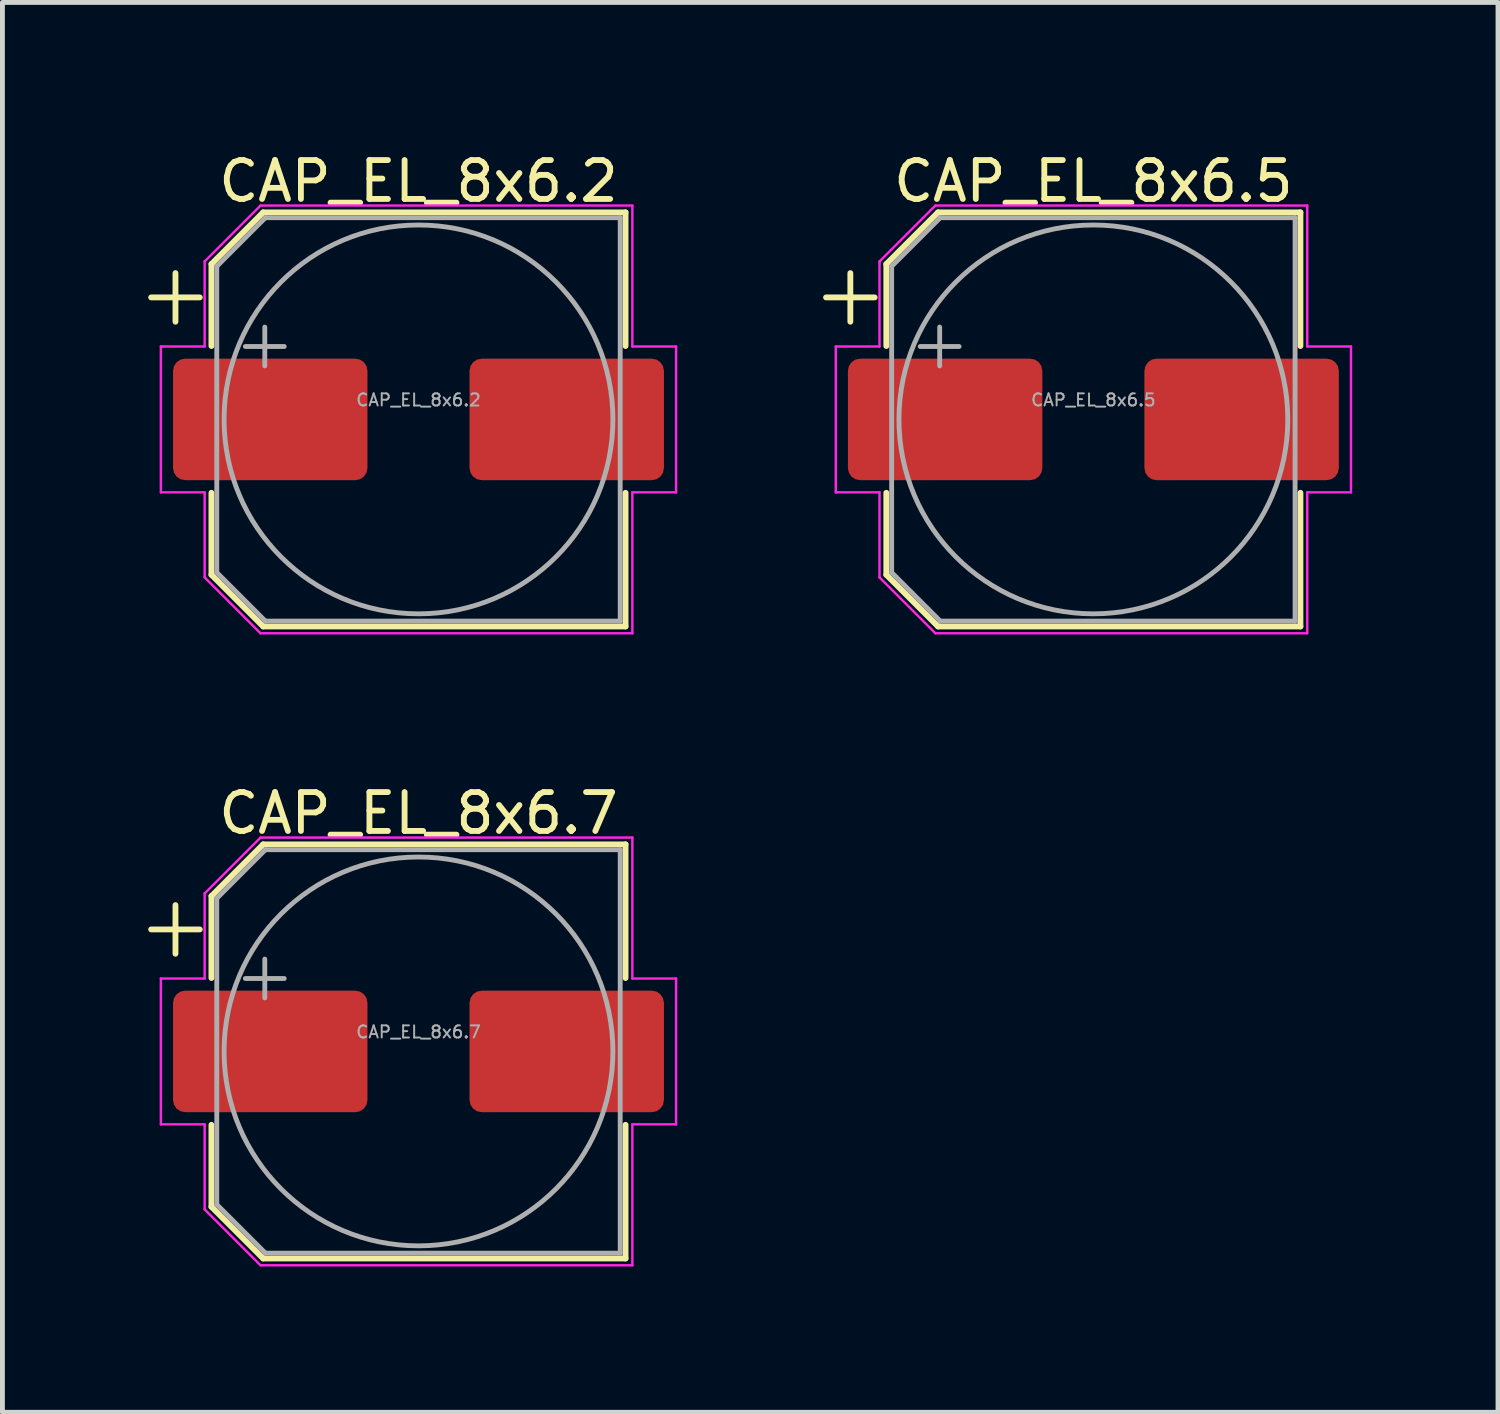
<source format=kicad_pcb>
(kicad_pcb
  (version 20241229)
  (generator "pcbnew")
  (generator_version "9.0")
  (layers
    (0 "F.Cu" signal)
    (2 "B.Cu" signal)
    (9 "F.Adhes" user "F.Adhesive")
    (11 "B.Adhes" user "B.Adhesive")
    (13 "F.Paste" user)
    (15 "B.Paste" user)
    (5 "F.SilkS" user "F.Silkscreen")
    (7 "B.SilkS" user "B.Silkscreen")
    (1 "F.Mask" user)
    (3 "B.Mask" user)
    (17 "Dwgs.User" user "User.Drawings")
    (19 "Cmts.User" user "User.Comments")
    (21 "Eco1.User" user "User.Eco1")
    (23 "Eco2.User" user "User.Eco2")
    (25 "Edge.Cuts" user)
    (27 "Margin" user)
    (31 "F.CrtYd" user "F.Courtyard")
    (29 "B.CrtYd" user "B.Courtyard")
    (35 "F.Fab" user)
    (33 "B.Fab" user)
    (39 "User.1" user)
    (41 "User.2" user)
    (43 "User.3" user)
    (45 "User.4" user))
  (footprint "CAP_EL_8x6.7"
    (layer "F.Cu")
    (at 5.56 18.582)
    (property "Reference" "CAP_EL_8x6.7" (at 0 -4.9 0) (layer "F.SilkS") (effects (font (size 0.8 0.8) (thickness 0.12))))
    (attr smd)
    (fp_line (start -5.5 -2.51) (end -4.5 -2.51) (stroke (width 0.12) (type solid)) (layer "F.SilkS"))
    (fp_line (start -5 -3.01) (end -5 -2.01) (stroke (width 0.12) (type solid)) (layer "F.SilkS"))
    (fp_line (start -4.26 -3.196) (end -4.26 -1.51) (stroke (width 0.12) (type solid)) (layer "F.SilkS"))
    (fp_line (start -4.26 -3.196) (end -3.196 -4.26) (stroke (width 0.12) (type solid)) (layer "F.SilkS"))
    (fp_line (start -4.26 3.196) (end -4.26 1.51) (stroke (width 0.12) (type solid)) (layer "F.SilkS"))
    (fp_line (start -4.26 3.196) (end -3.196 4.26) (stroke (width 0.12) (type solid)) (layer "F.SilkS"))
    (fp_line (start -3.196 -4.26) (end 4.26 -4.26) (stroke (width 0.12) (type solid)) (layer "F.SilkS"))
    (fp_line (start -3.196 4.26) (end 4.26 4.26) (stroke (width 0.12) (type solid)) (layer "F.SilkS"))
    (fp_line (start 4.26 -4.26) (end 4.26 -1.51) (stroke (width 0.12) (type solid)) (layer "F.SilkS"))
    (fp_line (start 4.26 4.26) (end 4.26 1.51) (stroke (width 0.12) (type solid)) (layer "F.SilkS"))
    (fp_line (start -5.3 -1.5) (end -5.3 1.5) (stroke (width 0.05) (type solid)) (layer "F.CrtYd"))
    (fp_line (start -5.3 1.5) (end -4.4 1.5) (stroke (width 0.05) (type solid)) (layer "F.CrtYd"))
    (fp_line (start -4.4 -3.25) (end -4.4 -1.5) (stroke (width 0.05) (type solid)) (layer "F.CrtYd"))
    (fp_line (start -4.4 -3.25) (end -3.25 -4.4) (stroke (width 0.05) (type solid)) (layer "F.CrtYd"))
    (fp_line (start -4.4 -1.5) (end -5.3 -1.5) (stroke (width 0.05) (type solid)) (layer "F.CrtYd"))
    (fp_line (start -4.4 1.5) (end -4.4 3.25) (stroke (width 0.05) (type solid)) (layer "F.CrtYd"))
    (fp_line (start -4.4 3.25) (end -3.25 4.4) (stroke (width 0.05) (type solid)) (layer "F.CrtYd"))
    (fp_line (start -3.25 -4.4) (end 4.4 -4.4) (stroke (width 0.05) (type solid)) (layer "F.CrtYd"))
    (fp_line (start -3.25 4.4) (end 4.4 4.4) (stroke (width 0.05) (type solid)) (layer "F.CrtYd"))
    (fp_line (start 4.4 -4.4) (end 4.4 -1.5) (stroke (width 0.05) (type solid)) (layer "F.CrtYd"))
    (fp_line (start 4.4 -1.5) (end 5.3 -1.5) (stroke (width 0.05) (type solid)) (layer "F.CrtYd"))
    (fp_line (start 4.4 1.5) (end 4.4 4.4) (stroke (width 0.05) (type solid)) (layer "F.CrtYd"))
    (fp_line (start 5.3 -1.5) (end 5.3 1.5) (stroke (width 0.05) (type solid)) (layer "F.CrtYd"))
    (fp_line (start 5.3 1.5) (end 4.4 1.5) (stroke (width 0.05) (type solid)) (layer "F.CrtYd"))
    (fp_line (start -4.15 -3.15) (end -4.15 3.15) (stroke (width 0.1) (type solid)) (layer "F.Fab"))
    (fp_line (start -4.15 -3.15) (end -3.15 -4.15) (stroke (width 0.1) (type solid)) (layer "F.Fab"))
    (fp_line (start -4.15 3.15) (end -3.15 4.15) (stroke (width 0.1) (type solid)) (layer "F.Fab"))
    (fp_line (start -3.562 -1.5) (end -2.762 -1.5) (stroke (width 0.1) (type solid)) (layer "F.Fab"))
    (fp_line (start -3.162 -1.9) (end -3.162 -1.1) (stroke (width 0.1) (type solid)) (layer "F.Fab"))
    (fp_line (start -3.15 -4.15) (end 4.15 -4.15) (stroke (width 0.1) (type solid)) (layer "F.Fab"))
    (fp_line (start -3.15 4.15) (end 4.15 4.15) (stroke (width 0.1) (type solid)) (layer "F.Fab"))
    (fp_line (start 4.15 -4.15) (end 4.15 4.15) (stroke (width 0.1) (type solid)) (layer "F.Fab"))
    (fp_circle (center 0 0) (end 4 0) (stroke (width 0.1) (type solid)) (fill no) (layer "F.Fab"))
    (fp_text user "${REFERENCE}" (at 0 -0.4 0) (layer "F.Fab") (effects (font (size 0.25 0.25) (thickness 0.04))))
    (pad "1" smd roundrect (at -3.05 0) (size 4 2.5) (layers "F.Cu" "F.Mask" "F.Paste") (roundrect_rratio 0.1))
    (pad "2" smd roundrect (at 3.05 0) (size 4 2.5) (layers "F.Cu" "F.Mask" "F.Paste") (roundrect_rratio 0.1)))
  (footprint "CAP_EL_8x6.2"
    (layer "F.Cu")
    (at 5.56 5.579)
    (property "Reference" "CAP_EL_8x6.2" (at 0 -4.9 0) (layer "F.SilkS") (effects (font (size 0.8 0.8) (thickness 0.12))))
    (attr smd)
    (fp_line (start -5.5 -2.51) (end -4.5 -2.51) (stroke (width 0.12) (type solid)) (layer "F.SilkS"))
    (fp_line (start -5 -3.01) (end -5 -2.01) (stroke (width 0.12) (type solid)) (layer "F.SilkS"))
    (fp_line (start -4.26 -3.196) (end -4.26 -1.51) (stroke (width 0.12) (type solid)) (layer "F.SilkS"))
    (fp_line (start -4.26 -3.196) (end -3.196 -4.26) (stroke (width 0.12) (type solid)) (layer "F.SilkS"))
    (fp_line (start -4.26 3.196) (end -4.26 1.51) (stroke (width 0.12) (type solid)) (layer "F.SilkS"))
    (fp_line (start -4.26 3.196) (end -3.196 4.26) (stroke (width 0.12) (type solid)) (layer "F.SilkS"))
    (fp_line (start -3.196 -4.26) (end 4.26 -4.26) (stroke (width 0.12) (type solid)) (layer "F.SilkS"))
    (fp_line (start -3.196 4.26) (end 4.26 4.26) (stroke (width 0.12) (type solid)) (layer "F.SilkS"))
    (fp_line (start 4.26 -4.26) (end 4.26 -1.51) (stroke (width 0.12) (type solid)) (layer "F.SilkS"))
    (fp_line (start 4.26 4.26) (end 4.26 1.51) (stroke (width 0.12) (type solid)) (layer "F.SilkS"))
    (fp_line (start -5.3 -1.5) (end -5.3 1.5) (stroke (width 0.05) (type solid)) (layer "F.CrtYd"))
    (fp_line (start -5.3 1.5) (end -4.4 1.5) (stroke (width 0.05) (type solid)) (layer "F.CrtYd"))
    (fp_line (start -4.4 -3.25) (end -4.4 -1.5) (stroke (width 0.05) (type solid)) (layer "F.CrtYd"))
    (fp_line (start -4.4 -3.25) (end -3.25 -4.4) (stroke (width 0.05) (type solid)) (layer "F.CrtYd"))
    (fp_line (start -4.4 -1.5) (end -5.3 -1.5) (stroke (width 0.05) (type solid)) (layer "F.CrtYd"))
    (fp_line (start -4.4 1.5) (end -4.4 3.25) (stroke (width 0.05) (type solid)) (layer "F.CrtYd"))
    (fp_line (start -4.4 3.25) (end -3.25 4.4) (stroke (width 0.05) (type solid)) (layer "F.CrtYd"))
    (fp_line (start -3.25 -4.4) (end 4.4 -4.4) (stroke (width 0.05) (type solid)) (layer "F.CrtYd"))
    (fp_line (start -3.25 4.4) (end 4.4 4.4) (stroke (width 0.05) (type solid)) (layer "F.CrtYd"))
    (fp_line (start 4.4 -4.4) (end 4.4 -1.5) (stroke (width 0.05) (type solid)) (layer "F.CrtYd"))
    (fp_line (start 4.4 -1.5) (end 5.3 -1.5) (stroke (width 0.05) (type solid)) (layer "F.CrtYd"))
    (fp_line (start 4.4 1.5) (end 4.4 4.4) (stroke (width 0.05) (type solid)) (layer "F.CrtYd"))
    (fp_line (start 5.3 -1.5) (end 5.3 1.5) (stroke (width 0.05) (type solid)) (layer "F.CrtYd"))
    (fp_line (start 5.3 1.5) (end 4.4 1.5) (stroke (width 0.05) (type solid)) (layer "F.CrtYd"))
    (fp_line (start -4.15 -3.15) (end -4.15 3.15) (stroke (width 0.1) (type solid)) (layer "F.Fab"))
    (fp_line (start -4.15 -3.15) (end -3.15 -4.15) (stroke (width 0.1) (type solid)) (layer "F.Fab"))
    (fp_line (start -4.15 3.15) (end -3.15 4.15) (stroke (width 0.1) (type solid)) (layer "F.Fab"))
    (fp_line (start -3.562 -1.5) (end -2.762 -1.5) (stroke (width 0.1) (type solid)) (layer "F.Fab"))
    (fp_line (start -3.162 -1.9) (end -3.162 -1.1) (stroke (width 0.1) (type solid)) (layer "F.Fab"))
    (fp_line (start -3.15 -4.15) (end 4.15 -4.15) (stroke (width 0.1) (type solid)) (layer "F.Fab"))
    (fp_line (start -3.15 4.15) (end 4.15 4.15) (stroke (width 0.1) (type solid)) (layer "F.Fab"))
    (fp_line (start 4.15 -4.15) (end 4.15 4.15) (stroke (width 0.1) (type solid)) (layer "F.Fab"))
    (fp_circle (center 0 0) (end 4 0) (stroke (width 0.1) (type solid)) (fill no) (layer "F.Fab"))
    (fp_text user "${REFERENCE}" (at 0 -0.4 0) (layer "F.Fab") (effects (font (size 0.25 0.25) (thickness 0.04))))
    (pad "1" smd roundrect (at -3.05 0) (size 4 2.5) (layers "F.Cu" "F.Mask" "F.Paste") (roundrect_rratio 0.1))
    (pad "2" smd roundrect (at 3.05 0) (size 4 2.5) (layers "F.Cu" "F.Mask" "F.Paste") (roundrect_rratio 0.1)))
  (footprint "CAP_EL_8x6.5"
    (layer "F.Cu")
    (at 19.445 5.579)
    (property "Reference" "CAP_EL_8x6.5" (at 0 -4.9 0) (layer "F.SilkS") (effects (font (size 0.8 0.8) (thickness 0.12))))
    (attr smd)
    (fp_line (start -5.5 -2.51) (end -4.5 -2.51) (stroke (width 0.12) (type solid)) (layer "F.SilkS"))
    (fp_line (start -5 -3.01) (end -5 -2.01) (stroke (width 0.12) (type solid)) (layer "F.SilkS"))
    (fp_line (start -4.26 -3.196) (end -4.26 -1.51) (stroke (width 0.12) (type solid)) (layer "F.SilkS"))
    (fp_line (start -4.26 -3.196) (end -3.196 -4.26) (stroke (width 0.12) (type solid)) (layer "F.SilkS"))
    (fp_line (start -4.26 3.196) (end -4.26 1.51) (stroke (width 0.12) (type solid)) (layer "F.SilkS"))
    (fp_line (start -4.26 3.196) (end -3.196 4.26) (stroke (width 0.12) (type solid)) (layer "F.SilkS"))
    (fp_line (start -3.196 -4.26) (end 4.26 -4.26) (stroke (width 0.12) (type solid)) (layer "F.SilkS"))
    (fp_line (start -3.196 4.26) (end 4.26 4.26) (stroke (width 0.12) (type solid)) (layer "F.SilkS"))
    (fp_line (start 4.26 -4.26) (end 4.26 -1.51) (stroke (width 0.12) (type solid)) (layer "F.SilkS"))
    (fp_line (start 4.26 4.26) (end 4.26 1.51) (stroke (width 0.12) (type solid)) (layer "F.SilkS"))
    (fp_line (start -5.3 -1.5) (end -5.3 1.5) (stroke (width 0.05) (type solid)) (layer "F.CrtYd"))
    (fp_line (start -5.3 1.5) (end -4.4 1.5) (stroke (width 0.05) (type solid)) (layer "F.CrtYd"))
    (fp_line (start -4.4 -3.25) (end -4.4 -1.5) (stroke (width 0.05) (type solid)) (layer "F.CrtYd"))
    (fp_line (start -4.4 -3.25) (end -3.25 -4.4) (stroke (width 0.05) (type solid)) (layer "F.CrtYd"))
    (fp_line (start -4.4 -1.5) (end -5.3 -1.5) (stroke (width 0.05) (type solid)) (layer "F.CrtYd"))
    (fp_line (start -4.4 1.5) (end -4.4 3.25) (stroke (width 0.05) (type solid)) (layer "F.CrtYd"))
    (fp_line (start -4.4 3.25) (end -3.25 4.4) (stroke (width 0.05) (type solid)) (layer "F.CrtYd"))
    (fp_line (start -3.25 -4.4) (end 4.4 -4.4) (stroke (width 0.05) (type solid)) (layer "F.CrtYd"))
    (fp_line (start -3.25 4.4) (end 4.4 4.4) (stroke (width 0.05) (type solid)) (layer "F.CrtYd"))
    (fp_line (start 4.4 -4.4) (end 4.4 -1.5) (stroke (width 0.05) (type solid)) (layer "F.CrtYd"))
    (fp_line (start 4.4 -1.5) (end 5.3 -1.5) (stroke (width 0.05) (type solid)) (layer "F.CrtYd"))
    (fp_line (start 4.4 1.5) (end 4.4 4.4) (stroke (width 0.05) (type solid)) (layer "F.CrtYd"))
    (fp_line (start 5.3 -1.5) (end 5.3 1.5) (stroke (width 0.05) (type solid)) (layer "F.CrtYd"))
    (fp_line (start 5.3 1.5) (end 4.4 1.5) (stroke (width 0.05) (type solid)) (layer "F.CrtYd"))
    (fp_line (start -4.15 -3.15) (end -4.15 3.15) (stroke (width 0.1) (type solid)) (layer "F.Fab"))
    (fp_line (start -4.15 -3.15) (end -3.15 -4.15) (stroke (width 0.1) (type solid)) (layer "F.Fab"))
    (fp_line (start -4.15 3.15) (end -3.15 4.15) (stroke (width 0.1) (type solid)) (layer "F.Fab"))
    (fp_line (start -3.562 -1.5) (end -2.762 -1.5) (stroke (width 0.1) (type solid)) (layer "F.Fab"))
    (fp_line (start -3.162 -1.9) (end -3.162 -1.1) (stroke (width 0.1) (type solid)) (layer "F.Fab"))
    (fp_line (start -3.15 -4.15) (end 4.15 -4.15) (stroke (width 0.1) (type solid)) (layer "F.Fab"))
    (fp_line (start -3.15 4.15) (end 4.15 4.15) (stroke (width 0.1) (type solid)) (layer "F.Fab"))
    (fp_line (start 4.15 -4.15) (end 4.15 4.15) (stroke (width 0.1) (type solid)) (layer "F.Fab"))
    (fp_circle (center 0 0) (end 4 0) (stroke (width 0.1) (type solid)) (fill no) (layer "F.Fab"))
    (fp_text user "${REFERENCE}" (at 0 -0.4 0) (layer "F.Fab") (effects (font (size 0.25 0.25) (thickness 0.04))))
    (pad "1" smd roundrect (at -3.05 0) (size 4 2.5) (layers "F.Cu" "F.Mask" "F.Paste") (roundrect_rratio 0.1))
    (pad "2" smd roundrect (at 3.05 0) (size 4 2.5) (layers "F.Cu" "F.Mask" "F.Paste") (roundrect_rratio 0.1)))
  (gr_rect
    (start -3 -3)
    (end 27.77 26.007)
    (stroke (width 0.1) (type default))
    (fill no)
    (layer "Edge.Cuts")))
</source>
